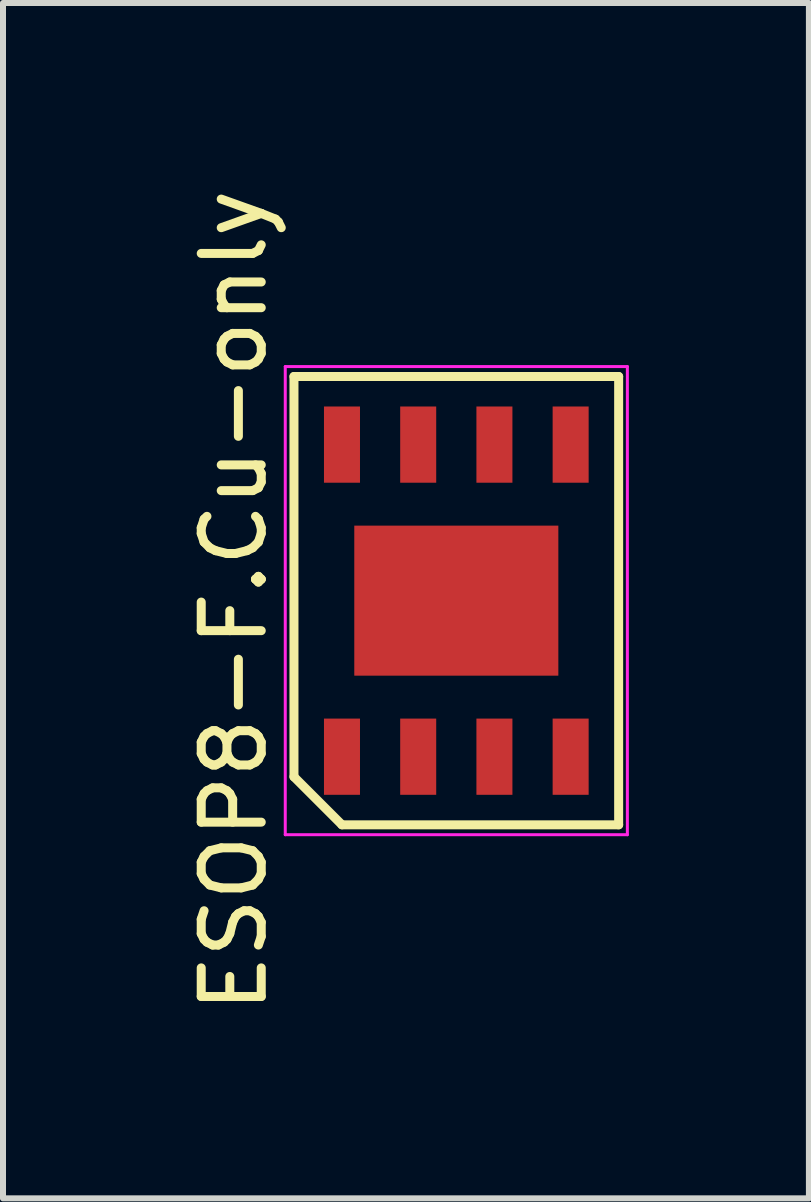
<source format=kicad_pcb>
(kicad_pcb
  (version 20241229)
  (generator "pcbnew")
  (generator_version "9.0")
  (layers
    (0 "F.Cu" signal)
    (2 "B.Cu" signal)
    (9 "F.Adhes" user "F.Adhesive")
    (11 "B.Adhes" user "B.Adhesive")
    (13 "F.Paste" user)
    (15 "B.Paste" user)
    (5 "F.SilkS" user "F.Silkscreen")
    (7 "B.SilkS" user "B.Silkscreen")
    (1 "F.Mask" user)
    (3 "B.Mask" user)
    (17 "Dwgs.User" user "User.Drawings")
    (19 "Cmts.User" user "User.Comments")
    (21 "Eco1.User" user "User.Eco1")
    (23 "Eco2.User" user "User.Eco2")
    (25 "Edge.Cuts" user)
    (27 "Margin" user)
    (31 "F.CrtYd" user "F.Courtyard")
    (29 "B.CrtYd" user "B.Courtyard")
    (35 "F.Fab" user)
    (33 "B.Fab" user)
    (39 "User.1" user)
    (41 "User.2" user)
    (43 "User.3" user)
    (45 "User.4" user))
  (footprint "ESOP8-F.Cu-only"
    (layer "F.Cu")
    (at 4.553 6.958)
    (property "Reference" "ESOP8-F.Cu-only" (at -3.705 0 90) (layer "F.SilkS") (effects (font (size 1 1) (thickness 0.15))))
    (attr smd)
    (fp_line (start -2.705 -3.735) (end 2.705 -3.735) (stroke (width 0.15) (type solid)) (layer "F.SilkS"))
    (fp_line (start -2.705 2.935) (end -2.705 -3.735) (stroke (width 0.15) (type solid)) (layer "F.SilkS"))
    (fp_line (start -1.905 3.735) (end -2.705 2.935) (stroke (width 0.15) (type solid)) (layer "F.SilkS"))
    (fp_line (start 2.705 -3.735) (end 2.705 3.735) (stroke (width 0.15) (type solid)) (layer "F.SilkS"))
    (fp_line (start 2.705 3.735) (end -1.905 3.735) (stroke (width 0.15) (type solid)) (layer "F.SilkS"))
    (fp_line (start -2.85 -3.9) (end 2.85 -3.9) (stroke (width 0.05) (type solid)) (layer "F.CrtYd"))
    (fp_line (start -2.85 3.9) (end -2.85 -3.9) (stroke (width 0.05) (type solid)) (layer "F.CrtYd"))
    (fp_line (start 2.85 -3.9) (end 2.85 3.9) (stroke (width 0.05) (type solid)) (layer "F.CrtYd"))
    (fp_line (start 2.85 3.9) (end -2.85 3.9) (stroke (width 0.05) (type solid)) (layer "F.CrtYd"))
    (pad "1" smd rect (at -1.905 2.6) (size 0.6 1.27) (layers "F.Cu" "F.Mask" "F.Paste"))
    (pad "2" smd rect (at -0.635 2.6) (size 0.6 1.27) (layers "F.Cu" "F.Mask" "F.Paste"))
    (pad "3" smd rect (at 0.635 2.6) (size 0.6 1.27) (layers "F.Cu" "F.Mask" "F.Paste"))
    (pad "4" smd rect (at 1.905 2.6) (size 0.6 1.27) (layers "F.Cu" "F.Mask" "F.Paste"))
    (pad "5" smd rect (at 1.905 -2.6) (size 0.6 1.27) (layers "F.Cu" "F.Mask" "F.Paste"))
    (pad "6" smd rect (at 0.635 -2.6) (size 0.6 1.27) (layers "F.Cu" "F.Mask" "F.Paste"))
    (pad "7" smd rect (at -0.635 -2.6) (size 0.6 1.27) (layers "F.Cu" "F.Mask" "F.Paste"))
    (pad "8" smd rect (at -1.905 -2.6) (size 0.6 1.27) (layers "F.Cu" "F.Mask" "F.Paste"))
    (pad "9" smd rect (at 0 0) (size 3.4 2.5) (layers "F.Cu" "F.Mask" "F.Paste")))
  (gr_rect
    (start -3 -3)
    (end 10.428 16.917)
    (stroke (width 0.1) (type default))
    (fill no)
    (layer "Edge.Cuts")))
</source>
